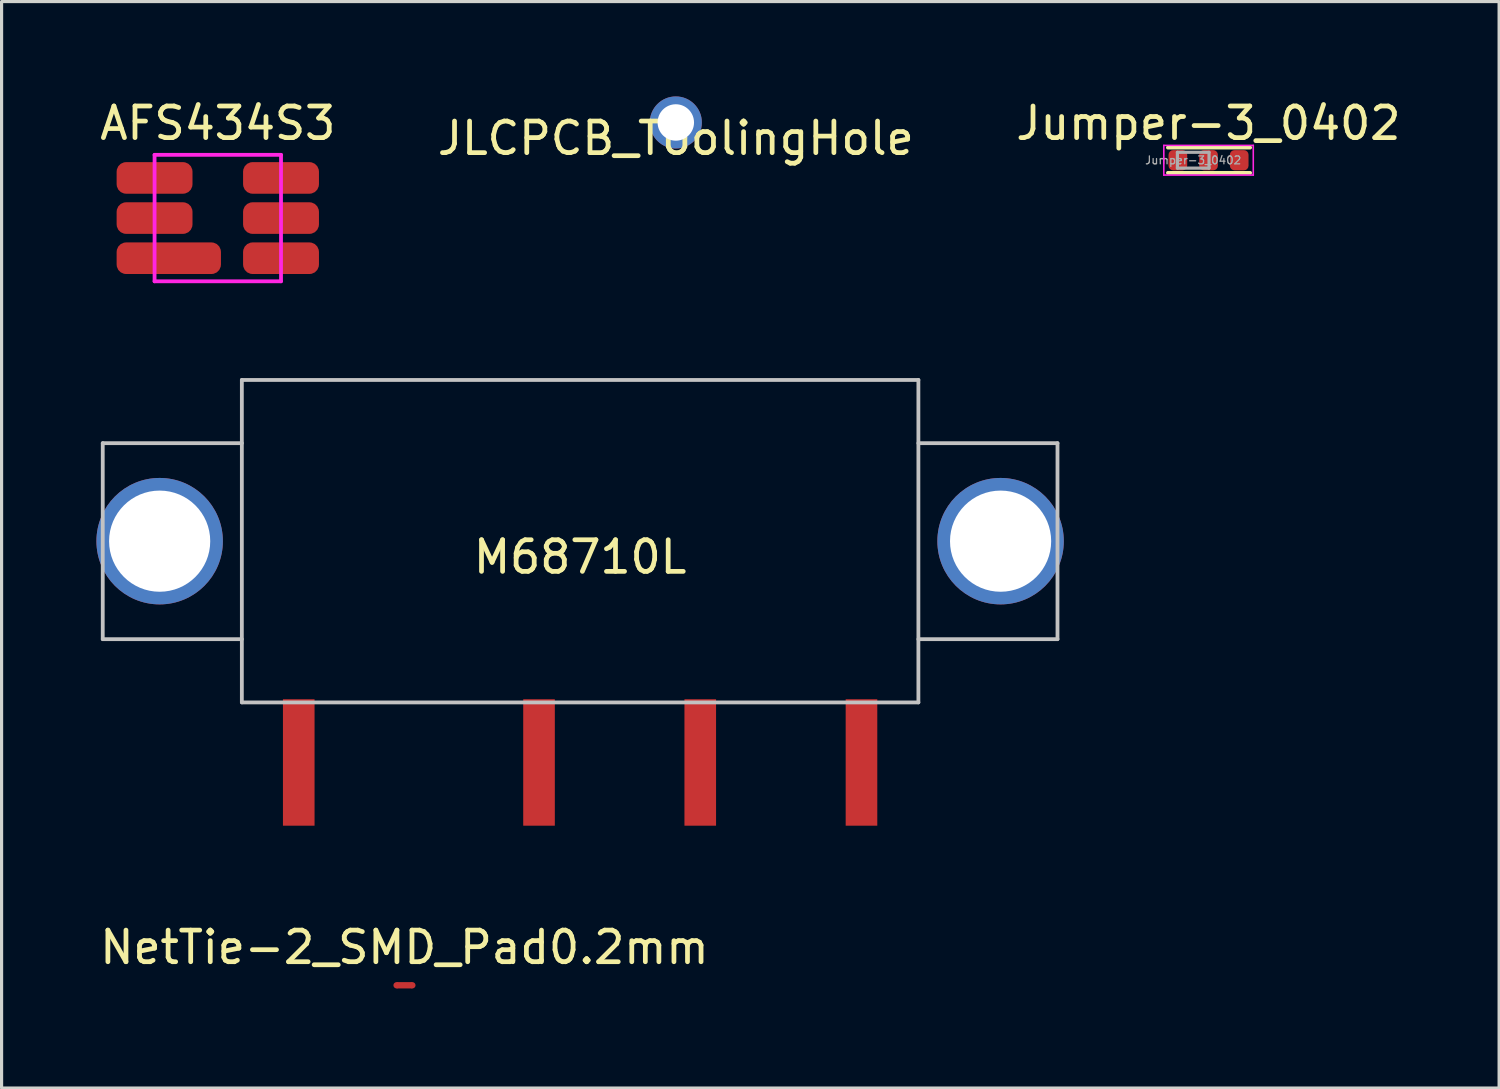
<source format=kicad_pcb>
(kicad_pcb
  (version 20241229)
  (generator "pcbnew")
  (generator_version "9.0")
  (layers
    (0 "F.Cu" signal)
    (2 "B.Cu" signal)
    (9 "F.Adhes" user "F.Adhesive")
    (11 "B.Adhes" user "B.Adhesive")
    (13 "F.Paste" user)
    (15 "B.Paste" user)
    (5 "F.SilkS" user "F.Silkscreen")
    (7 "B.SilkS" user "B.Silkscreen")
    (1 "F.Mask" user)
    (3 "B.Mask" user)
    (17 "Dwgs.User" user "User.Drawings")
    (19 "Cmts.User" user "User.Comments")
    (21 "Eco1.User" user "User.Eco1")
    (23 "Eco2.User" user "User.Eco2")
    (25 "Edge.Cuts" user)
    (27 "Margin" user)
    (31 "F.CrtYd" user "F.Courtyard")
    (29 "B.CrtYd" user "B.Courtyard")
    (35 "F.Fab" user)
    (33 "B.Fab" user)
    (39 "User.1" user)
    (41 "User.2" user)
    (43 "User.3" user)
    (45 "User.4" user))
  (footprint "JLCPCB_ToolingHole"
    (layer "F.Cu")
    (at 18.327 0.824)
    (property "Reference" "JLCPCB_ToolingHole" (at 0 0.5 0) (layer "F.SilkS") (effects (font (size 1 1) (thickness 0.15))))
    (attr through_hole)
    (pad "" np_thru_hole circle (at 0 0) (size 1.648 1.648) (drill 1.152) (layers "*.Cu" "*.Mask")))
  (footprint "NetTie-2_SMD_Pad0.2mm"
    (layer "F.Cu")
    (at 9.744 28.116)
    (property "Reference" "NetTie-2_SMD_Pad0.2mm" (at 0 -1.2 0) (layer "F.SilkS") (effects (font (size 1 1) (thickness 0.15))))
    (attr exclude_from_pos_files exclude_from_bom)
    (fp_poly (pts (xy -0.25 -0.1) (xy 0.25 -0.1) (xy 0.25 0.1) (xy -0.25 0.1)) (stroke (width 0) (type solid)) (fill yes) (layer "F.Cu"))
    (pad "1" smd circle (at -0.25 0) (size 0.2 0.2) (layers "F.Cu"))
    (pad "2" smd circle (at 0.25 0) (size 0.2 0.2) (layers "F.Cu")))
  (footprint "AFS434S3"
    (layer "F.Cu")
    (at 3.839 3.848)
    (property "Reference" "AFS434S3" (at 0 -3 0) (layer "F.SilkS") (effects (font (size 1 1) (thickness 0.15))))
    (attr through_hole)
    (fp_line (start -2 -2) (end 2 -2) (stroke (width 0.12) (type solid)) (layer "F.CrtYd"))
    (fp_line (start -2 2) (end -2 -2) (stroke (width 0.12) (type solid)) (layer "F.CrtYd"))
    (fp_line (start 2 -2) (end 2 2) (stroke (width 0.12) (type solid)) (layer "F.CrtYd"))
    (fp_line (start 2 2) (end -2 2) (stroke (width 0.12) (type solid)) (layer "F.CrtYd"))
    (pad "1" smd roundrect (at -1.55 1.27) (size 3.3 1) (layers "F.Cu" "F.Mask" "F.Paste") (roundrect_rratio 0.3))
    (pad "2" smd roundrect (at -2 0) (size 2.4 1) (layers "F.Cu" "F.Mask" "F.Paste") (roundrect_rratio 0.3))
    (pad "3" smd roundrect (at -2 -1.27) (size 2.4 1) (layers "F.Cu" "F.Mask" "F.Paste") (roundrect_rratio 0.3))
    (pad "4" smd roundrect (at 2 -1.27) (size 2.4 1) (layers "F.Cu" "F.Mask" "F.Paste") (roundrect_rratio 0.3))
    (pad "5" smd roundrect (at 2 0) (size 2.4 1) (layers "F.Cu" "F.Mask" "F.Paste") (roundrect_rratio 0.3))
    (pad "6" smd roundrect (at 2 1.27) (size 2.4 1) (layers "F.Cu" "F.Mask" "F.Paste") (roundrect_rratio 0.3)))
  (footprint "Jumper-3_0402"
    (layer "F.Cu")
    (at 34.693 2.018)
    (property "Reference" "Jumper-3_0402" (at 0.48 -1.17 0) (layer "F.SilkS") (effects (font (size 1 1) (thickness 0.15))))
    (attr smd)
    (fp_line (start -0.8 -0.4) (end 1.8 -0.4) (stroke (width 0.12) (type solid)) (layer "F.SilkS"))
    (fp_line (start -0.8 0.4) (end 1.8 0.4) (stroke (width 0.12) (type solid)) (layer "F.SilkS"))
    (fp_line (start -0.93 -0.47) (end 1.9 -0.47) (stroke (width 0.05) (type solid)) (layer "F.CrtYd"))
    (fp_line (start -0.93 0.47) (end -0.93 -0.47) (stroke (width 0.05) (type solid)) (layer "F.CrtYd"))
    (fp_line (start 1.9 -0.47) (end 1.9 0.47) (stroke (width 0.05) (type solid)) (layer "F.CrtYd"))
    (fp_line (start 1.9 0.47) (end -0.93 0.47) (stroke (width 0.05) (type solid)) (layer "F.CrtYd"))
    (fp_line (start -0.5 -0.25) (end 0.5 -0.25) (stroke (width 0.1) (type solid)) (layer "F.Fab"))
    (fp_line (start -0.5 0.25) (end -0.5 -0.25) (stroke (width 0.1) (type solid)) (layer "F.Fab"))
    (fp_line (start 0.5 -0.25) (end 0.5 0.25) (stroke (width 0.1) (type solid)) (layer "F.Fab"))
    (fp_line (start 0.5 0.25) (end -0.5 0.25) (stroke (width 0.1) (type solid)) (layer "F.Fab"))
    (fp_text user "${REFERENCE}" (at 0 0 0) (layer "F.Fab") (effects (font (size 0.25 0.25) (thickness 0.04))))
    (pad "1" smd roundrect (at -0.485 0) (size 0.59 0.64) (layers "F.Cu" "F.Mask" "F.Paste") (roundrect_rratio 0.25))
    (pad "2" smd roundrect (at 0.485 0) (size 0.59 0.64) (layers "F.Cu" "F.Mask" "F.Paste") (roundrect_rratio 0.25))
    (pad "3" smd roundrect (at 1.455 0) (size 0.59 0.64) (layers "F.Cu" "F.Mask" "F.Paste") (roundrect_rratio 0.25)))
  (footprint "M68710L"
    (layer "F.Cu")
    (at 15.3 14.068)
    (property "Reference" "M68710L" (at 0 0.5 0) (layer "F.SilkS") (effects (font (size 1 1) (thickness 0.15))))
    (attr through_hole)
    (fp_line (start -15.1 -3.1) (end -15.1 3.1) (stroke (width 0.12) (type solid)) (layer "Dwgs.User"))
    (fp_line (start -15.1 3.1) (end -10.7 3.1) (stroke (width 0.12) (type solid)) (layer "Dwgs.User"))
    (fp_line (start -10.7 -5.1) (end 10.7 -5.1) (stroke (width 0.12) (type solid)) (layer "Dwgs.User"))
    (fp_line (start -10.7 -3.1) (end -15.1 -3.1) (stroke (width 0.12) (type solid)) (layer "Dwgs.User"))
    (fp_line (start -10.7 5.1) (end -10.7 -5.1) (stroke (width 0.12) (type solid)) (layer "Dwgs.User"))
    (fp_line (start 10.7 -5.1) (end 10.7 5.1) (stroke (width 0.12) (type solid)) (layer "Dwgs.User"))
    (fp_line (start 10.7 -3.1) (end 15.1 -3.1) (stroke (width 0.12) (type solid)) (layer "Dwgs.User"))
    (fp_line (start 10.7 5.1) (end -10.7 5.1) (stroke (width 0.12) (type solid)) (layer "Dwgs.User"))
    (fp_line (start 15.1 -3.1) (end 15.1 3.1) (stroke (width 0.12) (type solid)) (layer "Dwgs.User"))
    (fp_line (start 15.1 3.1) (end 10.7 3.1) (stroke (width 0.12) (type solid)) (layer "Dwgs.User"))
    (pad "1" smd rect (at -8.9 7) (size 1 4) (layers "F.Cu" "F.Mask" "F.Paste"))
    (pad "2" smd rect (at -1.3 7) (size 1 4) (layers "F.Cu" "F.Mask" "F.Paste"))
    (pad "3" smd rect (at 3.8 7) (size 1 4) (layers "F.Cu" "F.Mask" "F.Paste"))
    (pad "4" smd rect (at 8.9 7) (size 1 4) (layers "F.Cu" "F.Mask" "F.Paste"))
    (pad "5" thru_hole circle (at -13.3 0) (size 4 4) (drill 3.2) (layers "*.Cu" "*.Mask"))
    (pad "5" thru_hole circle (at 13.3 0) (size 4 4) (drill 3.2) (layers "*.Cu" "*.Mask")))
  (gr_rect
    (start -3 -3)
    (end 44.369 31.366)
    (stroke (width 0.1) (type default))
    (fill no)
    (layer "Edge.Cuts")))
</source>
